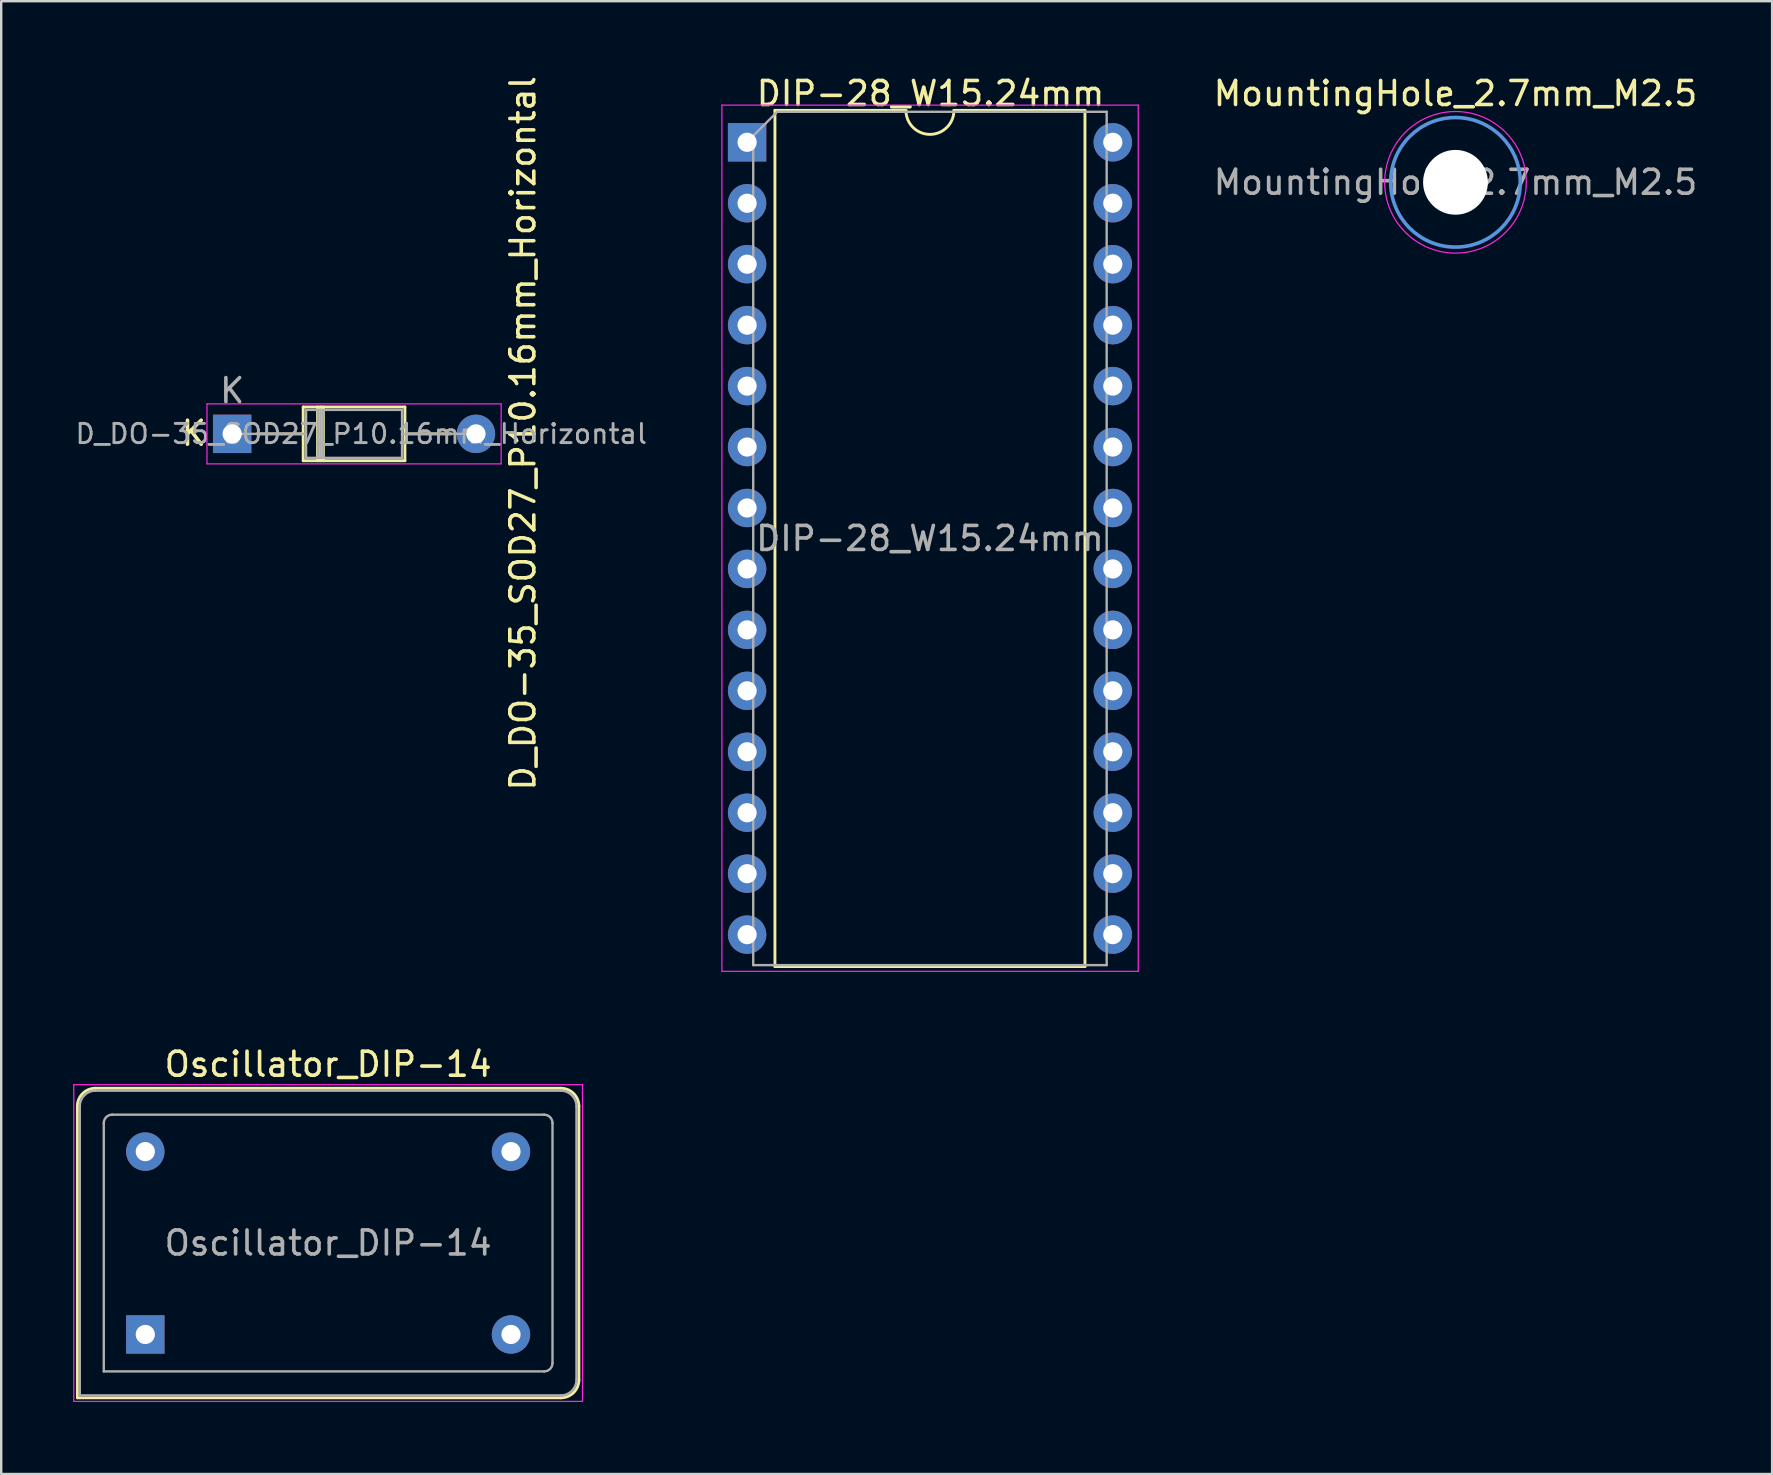
<source format=kicad_pcb>
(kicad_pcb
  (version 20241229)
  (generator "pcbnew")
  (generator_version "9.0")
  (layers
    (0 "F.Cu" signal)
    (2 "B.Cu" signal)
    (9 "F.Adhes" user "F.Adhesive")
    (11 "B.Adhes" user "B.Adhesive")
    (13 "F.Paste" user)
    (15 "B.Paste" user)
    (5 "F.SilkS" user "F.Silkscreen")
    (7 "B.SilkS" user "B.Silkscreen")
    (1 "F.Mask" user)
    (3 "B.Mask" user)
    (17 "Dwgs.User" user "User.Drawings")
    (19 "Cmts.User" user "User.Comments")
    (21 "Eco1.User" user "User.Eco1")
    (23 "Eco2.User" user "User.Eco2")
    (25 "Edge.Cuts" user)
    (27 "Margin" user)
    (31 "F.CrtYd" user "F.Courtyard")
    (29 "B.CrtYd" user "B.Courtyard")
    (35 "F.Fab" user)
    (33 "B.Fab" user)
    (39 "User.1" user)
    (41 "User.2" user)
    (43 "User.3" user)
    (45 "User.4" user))
  (footprint "DIP-28_W15.24mm"
    (layer "F.Cu")
    (at 28.085 2.88)
    (property "Reference" "DIP-28_W15.24mm" (at 7.645 -2.032 0) (layer "F.SilkS") (effects (font (size 1 1) (thickness 0.15))))
    (attr through_hole)
    (fp_line (start 1.16 -1.33) (end 1.16 34.35) (stroke (width 0.12) (type solid)) (layer "F.SilkS"))
    (fp_line (start 1.16 34.35) (end 14.08 34.35) (stroke (width 0.12) (type solid)) (layer "F.SilkS"))
    (fp_line (start 6.62 -1.33) (end 1.16 -1.33) (stroke (width 0.12) (type solid)) (layer "F.SilkS"))
    (fp_line (start 14.08 -1.33) (end 8.62 -1.33) (stroke (width 0.12) (type solid)) (layer "F.SilkS"))
    (fp_line (start 14.08 34.35) (end 14.08 -1.33) (stroke (width 0.12) (type solid)) (layer "F.SilkS"))
    (fp_arc (start 8.62 -1.33) (mid 7.62 -0.33) (end 6.62 -1.33) (stroke (width 0.12) (type solid)) (layer "F.SilkS"))
    (fp_line (start -1.05 -1.55) (end -1.05 34.55) (stroke (width 0.05) (type solid)) (layer "F.CrtYd"))
    (fp_line (start -1.05 34.55) (end 16.3 34.55) (stroke (width 0.05) (type solid)) (layer "F.CrtYd"))
    (fp_line (start 16.3 -1.55) (end -1.05 -1.55) (stroke (width 0.05) (type solid)) (layer "F.CrtYd"))
    (fp_line (start 16.3 34.55) (end 16.3 -1.55) (stroke (width 0.05) (type solid)) (layer "F.CrtYd"))
    (fp_line (start 0.255 -0.27) (end 1.255 -1.27) (stroke (width 0.1) (type solid)) (layer "F.Fab"))
    (fp_line (start 0.255 34.29) (end 0.255 -0.27) (stroke (width 0.1) (type solid)) (layer "F.Fab"))
    (fp_line (start 1.255 -1.27) (end 14.985 -1.27) (stroke (width 0.1) (type solid)) (layer "F.Fab"))
    (fp_line (start 14.985 -1.27) (end 14.985 34.29) (stroke (width 0.1) (type solid)) (layer "F.Fab"))
    (fp_line (start 14.985 34.29) (end 0.255 34.29) (stroke (width 0.1) (type solid)) (layer "F.Fab"))
    (fp_text user "${REFERENCE}" (at 7.62 16.51 0) (layer "F.Fab") (effects (font (size 1 1) (thickness 0.15))))
    (pad "1" thru_hole rect (at 0 0) (size 1.6 1.6) (drill 0.8) (layers "*.Cu" "*.Mask"))
    (pad "2" thru_hole oval (at 0 2.54) (size 1.6 1.6) (drill 0.8) (layers "*.Cu" "*.Mask"))
    (pad "3" thru_hole oval (at 0 5.08) (size 1.6 1.6) (drill 0.8) (layers "*.Cu" "*.Mask"))
    (pad "4" thru_hole oval (at 0 7.62) (size 1.6 1.6) (drill 0.8) (layers "*.Cu" "*.Mask"))
    (pad "5" thru_hole oval (at 0 10.16) (size 1.6 1.6) (drill 0.8) (layers "*.Cu" "*.Mask"))
    (pad "6" thru_hole oval (at 0 12.7) (size 1.6 1.6) (drill 0.8) (layers "*.Cu" "*.Mask"))
    (pad "7" thru_hole oval (at 0 15.24) (size 1.6 1.6) (drill 0.8) (layers "*.Cu" "*.Mask"))
    (pad "8" thru_hole oval (at 0 17.78) (size 1.6 1.6) (drill 0.8) (layers "*.Cu" "*.Mask"))
    (pad "9" thru_hole oval (at 0 20.32) (size 1.6 1.6) (drill 0.8) (layers "*.Cu" "*.Mask"))
    (pad "10" thru_hole oval (at 0 22.86) (size 1.6 1.6) (drill 0.8) (layers "*.Cu" "*.Mask"))
    (pad "11" thru_hole oval (at 0 25.4) (size 1.6 1.6) (drill 0.8) (layers "*.Cu" "*.Mask"))
    (pad "12" thru_hole oval (at 0 27.94) (size 1.6 1.6) (drill 0.8) (layers "*.Cu" "*.Mask"))
    (pad "13" thru_hole oval (at 0 30.48) (size 1.6 1.6) (drill 0.8) (layers "*.Cu" "*.Mask"))
    (pad "14" thru_hole oval (at 0 33.02) (size 1.6 1.6) (drill 0.8) (layers "*.Cu" "*.Mask"))
    (pad "15" thru_hole oval (at 15.24 33.02) (size 1.6 1.6) (drill 0.8) (layers "*.Cu" "*.Mask"))
    (pad "16" thru_hole oval (at 15.24 30.48) (size 1.6 1.6) (drill 0.8) (layers "*.Cu" "*.Mask"))
    (pad "17" thru_hole oval (at 15.24 27.94) (size 1.6 1.6) (drill 0.8) (layers "*.Cu" "*.Mask"))
    (pad "18" thru_hole oval (at 15.24 25.4) (size 1.6 1.6) (drill 0.8) (layers "*.Cu" "*.Mask"))
    (pad "19" thru_hole oval (at 15.24 22.86) (size 1.6 1.6) (drill 0.8) (layers "*.Cu" "*.Mask"))
    (pad "20" thru_hole oval (at 15.24 20.32) (size 1.6 1.6) (drill 0.8) (layers "*.Cu" "*.Mask"))
    (pad "21" thru_hole oval (at 15.24 17.78) (size 1.6 1.6) (drill 0.8) (layers "*.Cu" "*.Mask"))
    (pad "22" thru_hole oval (at 15.24 15.24) (size 1.6 1.6) (drill 0.8) (layers "*.Cu" "*.Mask"))
    (pad "23" thru_hole oval (at 15.24 12.7) (size 1.6 1.6) (drill 0.8) (layers "*.Cu" "*.Mask"))
    (pad "24" thru_hole oval (at 15.24 10.16) (size 1.6 1.6) (drill 0.8) (layers "*.Cu" "*.Mask"))
    (pad "25" thru_hole oval (at 15.24 7.62) (size 1.6 1.6) (drill 0.8) (layers "*.Cu" "*.Mask"))
    (pad "26" thru_hole oval (at 15.24 5.08) (size 1.6 1.6) (drill 0.8) (layers "*.Cu" "*.Mask"))
    (pad "27" thru_hole oval (at 15.24 2.54) (size 1.6 1.6) (drill 0.8) (layers "*.Cu" "*.Mask"))
    (pad "28" thru_hole oval (at 15.24 0) (size 1.6 1.6) (drill 0.8) (layers "*.Cu" "*.Mask")))
  (footprint "D_DO-35_SOD27_P10.16mm_Horizontal"
    (layer "F.Cu")
    (at 6.625 15.031)
    (property "Reference" "D_DO-35_SOD27_P10.16mm_Horizontal" (at 12.116 -0.025 270) (layer "F.SilkS") (effects (font (size 1 1) (thickness 0.15))))
    (attr through_hole)
    (fp_line (start 1.04 0) (end 2.96 0) (stroke (width 0.12) (type solid)) (layer "F.SilkS"))
    (fp_line (start 2.96 -1.12) (end 2.96 1.12) (stroke (width 0.12) (type solid)) (layer "F.SilkS"))
    (fp_line (start 2.96 1.12) (end 7.2 1.12) (stroke (width 0.12) (type solid)) (layer "F.SilkS"))
    (fp_line (start 3.56 -1.12) (end 3.56 1.12) (stroke (width 0.12) (type solid)) (layer "F.SilkS"))
    (fp_line (start 3.68 -1.12) (end 3.68 1.12) (stroke (width 0.12) (type solid)) (layer "F.SilkS"))
    (fp_line (start 3.8 -1.12) (end 3.8 1.12) (stroke (width 0.12) (type solid)) (layer "F.SilkS"))
    (fp_line (start 7.2 -1.12) (end 2.96 -1.12) (stroke (width 0.12) (type solid)) (layer "F.SilkS"))
    (fp_line (start 7.2 1.12) (end 7.2 -1.12) (stroke (width 0.12) (type solid)) (layer "F.SilkS"))
    (fp_line (start 9.12 0) (end 7.2 0) (stroke (width 0.12) (type solid)) (layer "F.SilkS"))
    (fp_line (start -1.05 -1.25) (end -1.05 1.25) (stroke (width 0.05) (type solid)) (layer "F.CrtYd"))
    (fp_line (start -1.05 1.25) (end 11.21 1.25) (stroke (width 0.05) (type solid)) (layer "F.CrtYd"))
    (fp_line (start 11.21 -1.25) (end -1.05 -1.25) (stroke (width 0.05) (type solid)) (layer "F.CrtYd"))
    (fp_line (start 11.21 1.25) (end 11.21 -1.25) (stroke (width 0.05) (type solid)) (layer "F.CrtYd"))
    (fp_line (start 0 0) (end 3.08 0) (stroke (width 0.1) (type solid)) (layer "F.Fab"))
    (fp_line (start 3.08 -1) (end 3.08 1) (stroke (width 0.1) (type solid)) (layer "F.Fab"))
    (fp_line (start 3.08 1) (end 7.08 1) (stroke (width 0.1) (type solid)) (layer "F.Fab"))
    (fp_line (start 3.58 -1) (end 3.58 1) (stroke (width 0.1) (type solid)) (layer "F.Fab"))
    (fp_line (start 3.68 -1) (end 3.68 1) (stroke (width 0.1) (type solid)) (layer "F.Fab"))
    (fp_line (start 3.78 -1) (end 3.78 1) (stroke (width 0.1) (type solid)) (layer "F.Fab"))
    (fp_line (start 7.08 -1) (end 3.08 -1) (stroke (width 0.1) (type solid)) (layer "F.Fab"))
    (fp_line (start 7.08 1) (end 7.08 -1) (stroke (width 0.1) (type solid)) (layer "F.Fab"))
    (fp_line (start 10.16 0) (end 7.08 0) (stroke (width 0.1) (type solid)) (layer "F.Fab"))
    (fp_text user "K" (at -1.6 -0.025 180) (layer "F.SilkS") (effects (font (size 1 1) (thickness 0.15))))
    (fp_text user "K" (at 0 -1.8 180) (layer "F.Fab") (effects (font (size 1 1) (thickness 0.15))))
    (fp_text user "${REFERENCE}" (at 5.38 0 180) (layer "F.Fab") (effects (font (size 0.8 0.8) (thickness 0.12))))
    (pad "1" thru_hole rect (at 0 0) (size 1.6 1.6) (drill 0.8) (layers "*.Cu" "*.Mask"))
    (pad "2" thru_hole oval (at 10.16 0) (size 1.6 1.6) (drill 0.8) (layers "*.Cu" "*.Mask")))
  (footprint "MountingHole_2.7mm_M2.5"
    (layer "F.Cu")
    (at 57.606 4.548)
    (property "Reference" "MountingHole_2.7mm_M2.5" (at 0 -3.7 0) (layer "F.SilkS") (effects (font (size 1 1) (thickness 0.15))))
    (attr board_only exclude_from_pos_files exclude_from_bom)
    (fp_circle (center 0 0) (end 2.7 0) (stroke (width 0.15) (type solid)) (fill no) (layer "Cmts.User"))
    (fp_circle (center 0 0) (end 2.95 0) (stroke (width 0.05) (type solid)) (fill no) (layer "F.CrtYd"))
    (fp_text user "${REFERENCE}" (at 0 0 0) (layer "F.Fab") (effects (font (size 1 1) (thickness 0.15))))
    (pad "" np_thru_hole circle (at 0 0) (size 2.7 2.7) (drill 2.7) (layers "*.Cu" "*.Mask")))
  (footprint "Oscillator_DIP-14"
    (layer "F.Cu")
    (at 3.005 52.563)
    (property "Reference" "Oscillator_DIP-14" (at 7.62 -11.26 0) (layer "F.SilkS") (effects (font (size 1 1) (thickness 0.15))))
    (attr through_hole)
    (fp_line (start -2.83 -9.51) (end -2.83 2.64) (stroke (width 0.12) (type solid)) (layer "F.SilkS"))
    (fp_line (start -2.83 2.64) (end 17.32 2.64) (stroke (width 0.12) (type solid)) (layer "F.SilkS"))
    (fp_line (start 17.32 -10.26) (end -2.08 -10.26) (stroke (width 0.12) (type solid)) (layer "F.SilkS"))
    (fp_line (start 18.07 1.89) (end 18.07 -9.51) (stroke (width 0.12) (type solid)) (layer "F.SilkS"))
    (fp_arc (start -2.83 -9.51) (mid -2.61033 -10.04033) (end -2.08 -10.26) (stroke (width 0.12) (type solid)) (layer "F.SilkS"))
    (fp_arc (start 17.32 -10.26) (mid 17.85033 -10.04033) (end 18.07 -9.51) (stroke (width 0.12) (type solid)) (layer "F.SilkS"))
    (fp_arc (start 18.07 1.89) (mid 17.85033 2.42033) (end 17.32 2.64) (stroke (width 0.12) (type solid)) (layer "F.SilkS"))
    (fp_line (start -2.98 -10.41) (end -2.98 2.79) (stroke (width 0.05) (type solid)) (layer "F.CrtYd"))
    (fp_line (start -2.98 2.79) (end 18.22 2.79) (stroke (width 0.05) (type solid)) (layer "F.CrtYd"))
    (fp_line (start 18.22 -10.41) (end -2.98 -10.41) (stroke (width 0.05) (type solid)) (layer "F.CrtYd"))
    (fp_line (start 18.22 2.79) (end 18.22 -10.41) (stroke (width 0.05) (type solid)) (layer "F.CrtYd"))
    (fp_line (start -2.73 2.54) (end -2.73 -9.51) (stroke (width 0.1) (type solid)) (layer "F.Fab"))
    (fp_line (start -2.73 2.54) (end 17.32 2.54) (stroke (width 0.1) (type solid)) (layer "F.Fab"))
    (fp_line (start -2.08 -10.16) (end 17.32 -10.16) (stroke (width 0.1) (type solid)) (layer "F.Fab"))
    (fp_line (start -1.73 1.54) (end -1.73 -8.81) (stroke (width 0.1) (type solid)) (layer "F.Fab"))
    (fp_line (start -1.73 1.54) (end 16.62 1.54) (stroke (width 0.1) (type solid)) (layer "F.Fab"))
    (fp_line (start -1.38 -9.16) (end 16.62 -9.16) (stroke (width 0.1) (type solid)) (layer "F.Fab"))
    (fp_line (start 16.97 1.19) (end 16.97 -8.81) (stroke (width 0.1) (type solid)) (layer "F.Fab"))
    (fp_line (start 17.97 -9.51) (end 17.97 1.89) (stroke (width 0.1) (type solid)) (layer "F.Fab"))
    (fp_arc (start -2.73 -9.51) (mid -2.539619 -9.969619) (end -2.08 -10.16) (stroke (width 0.1) (type solid)) (layer "F.Fab"))
    (fp_arc (start -1.73 -8.81) (mid -1.627487 -9.057487) (end -1.38 -9.16) (stroke (width 0.1) (type solid)) (layer "F.Fab"))
    (fp_arc (start 16.62 -9.16) (mid 16.867487 -9.057487) (end 16.97 -8.81) (stroke (width 0.1) (type solid)) (layer "F.Fab"))
    (fp_arc (start 16.97 1.19) (mid 16.867487 1.437487) (end 16.62 1.54) (stroke (width 0.1) (type solid)) (layer "F.Fab"))
    (fp_arc (start 17.32 -10.16) (mid 17.779619 -9.969619) (end 17.97 -9.51) (stroke (width 0.1) (type solid)) (layer "F.Fab"))
    (fp_arc (start 17.97 1.89) (mid 17.779619 2.349619) (end 17.32 2.54) (stroke (width 0.1) (type solid)) (layer "F.Fab"))
    (fp_text user "${REFERENCE}" (at 7.62 -3.81 0) (layer "F.Fab") (effects (font (size 1 1) (thickness 0.15))))
    (pad "1" thru_hole rect (at 0 0) (size 1.6 1.6) (drill 0.8) (layers "*.Cu" "*.Mask"))
    (pad "7" thru_hole circle (at 15.24 0) (size 1.6 1.6) (drill 0.8) (layers "*.Cu" "*.Mask"))
    (pad "8" thru_hole circle (at 15.24 -7.62) (size 1.6 1.6) (drill 0.8) (layers "*.Cu" "*.Mask"))
    (pad "14" thru_hole circle (at 0 -7.62) (size 1.6 1.6) (drill 0.8) (layers "*.Cu" "*.Mask")))
  (gr_rect
    (start -3 -3)
    (end 70.802 58.379)
    (stroke (width 0.1) (type default))
    (fill no)
    (layer "Edge.Cuts")))
</source>
